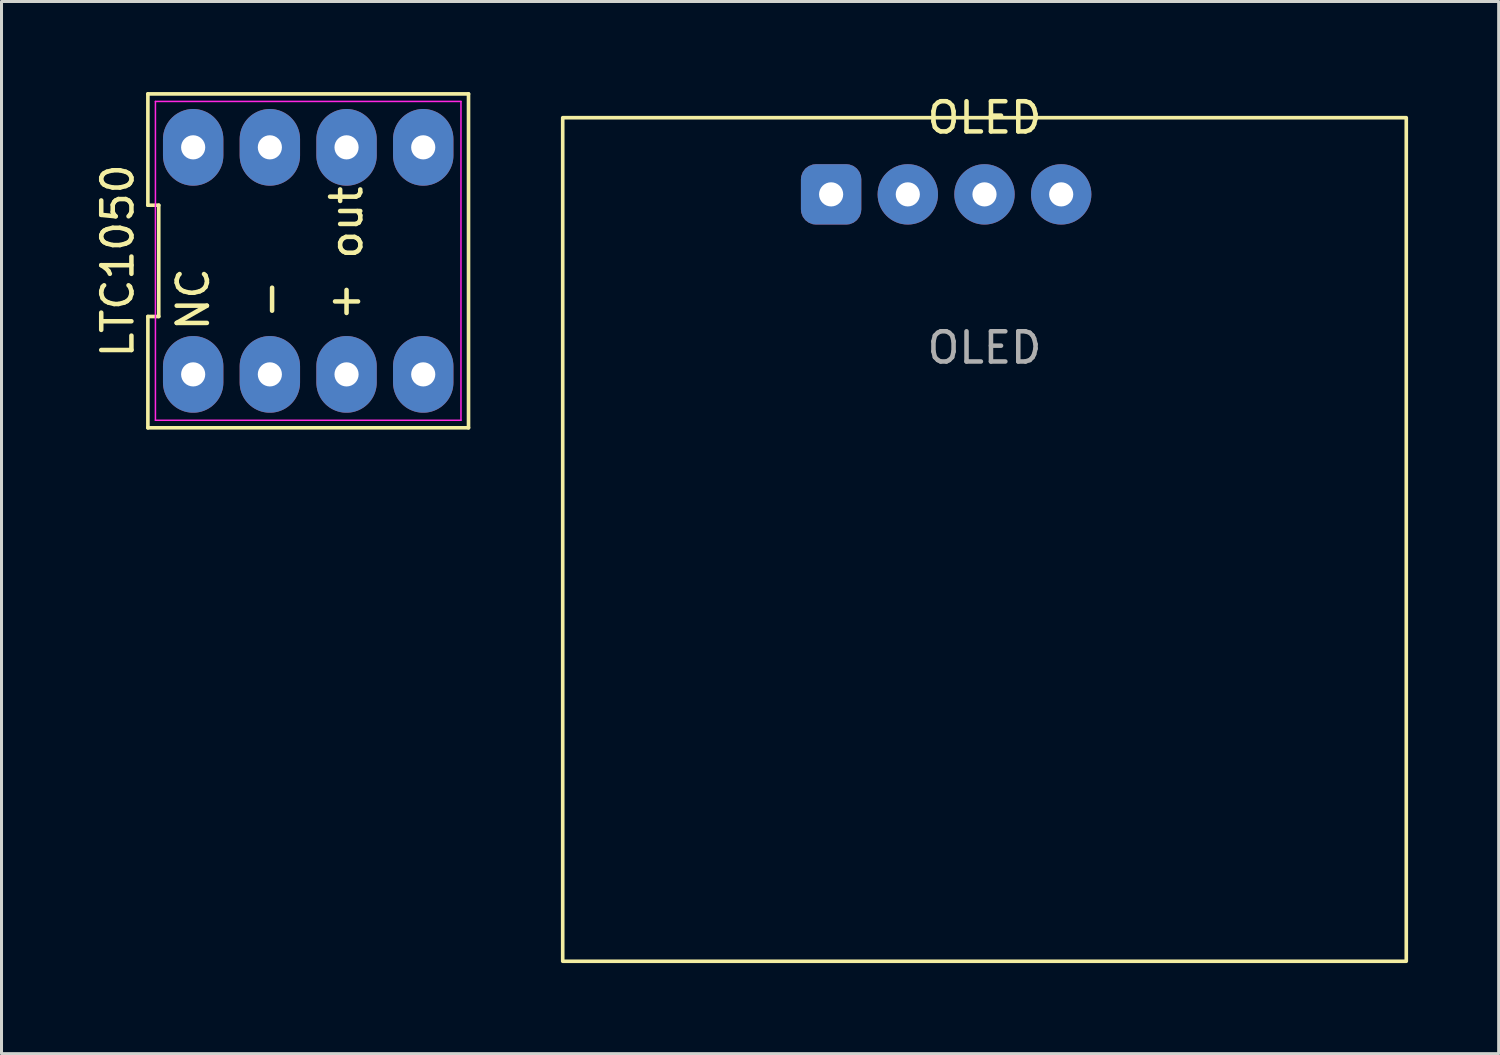
<source format=kicad_pcb>
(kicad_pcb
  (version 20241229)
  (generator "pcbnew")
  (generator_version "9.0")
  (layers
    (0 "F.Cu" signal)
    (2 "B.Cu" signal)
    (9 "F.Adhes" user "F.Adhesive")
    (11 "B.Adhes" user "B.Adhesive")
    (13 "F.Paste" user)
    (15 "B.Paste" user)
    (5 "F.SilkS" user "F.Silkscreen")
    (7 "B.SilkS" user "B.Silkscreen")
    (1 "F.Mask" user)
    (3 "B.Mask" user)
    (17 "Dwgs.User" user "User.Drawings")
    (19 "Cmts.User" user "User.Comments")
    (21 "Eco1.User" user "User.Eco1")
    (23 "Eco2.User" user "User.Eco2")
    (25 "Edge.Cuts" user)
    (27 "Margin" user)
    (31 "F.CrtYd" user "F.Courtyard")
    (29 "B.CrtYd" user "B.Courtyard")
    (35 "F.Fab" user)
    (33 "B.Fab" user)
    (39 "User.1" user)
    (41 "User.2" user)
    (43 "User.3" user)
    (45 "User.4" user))
  (footprint "OLED"
    (layer "F.Cu")
    (at 29.558 3.388)
    (property "Reference" "OLED" (at 0 -2.54 0) (unlocked yes) (layer "F.SilkS") (effects (font (size 1 1) (thickness 0.15))))
    (attr through_hole)
    (fp_rect (start -13.97 -2.54) (end 13.97 25.4) (stroke (width 0.12) (type solid)) (fill no) (layer "F.SilkS"))
    (fp_text user "${REFERENCE}" (at 0 5.08 0) (unlocked yes) (layer "F.Fab") (effects (font (size 1 1) (thickness 0.15))))
    (pad "1" thru_hole roundrect (at -5.08 0) (size 2 2) (drill 0.8) (layers "*.Cu" "*.Mask") (roundrect_rratio 0.25))
    (pad "2" thru_hole circle (at -2.54 0) (size 2 2) (drill 0.8) (layers "*.Cu" "*.Mask"))
    (pad "3" thru_hole circle (at 0 0) (size 2 2) (drill 0.8) (layers "*.Cu" "*.Mask"))
    (pad "4" thru_hole circle (at 2.54 0) (size 2 2) (drill 0.8) (layers "*.Cu" "*.Mask")))
  (footprint "LTC1050"
    (layer "F.Cu")
    (at 7.158 5.59)
    (property "Reference" "LTC1050" (at -6.31 0 90) (layer "F.SilkS") (effects (font (size 1 1) (thickness 0.15))))
    (fp_line (start -5.31 -5.53) (end -5.31 -1.843) (stroke (width 0.12) (type solid)) (layer "F.SilkS"))
    (fp_line (start -5.31 -1.843) (end -4.95 -1.843) (stroke (width 0.12) (type solid)) (layer "F.SilkS"))
    (fp_line (start -5.31 1.843) (end -5.31 5.53) (stroke (width 0.12) (type solid)) (layer "F.SilkS"))
    (fp_line (start -5.31 5.53) (end 5.31 5.53) (stroke (width 0.12) (type solid)) (layer "F.SilkS"))
    (fp_line (start -4.95 -1.843) (end -4.95 1.843) (stroke (width 0.12) (type solid)) (layer "F.SilkS"))
    (fp_line (start -4.95 1.843) (end -5.31 1.843) (stroke (width 0.12) (type solid)) (layer "F.SilkS"))
    (fp_line (start 5.31 -5.53) (end -5.31 -5.53) (stroke (width 0.12) (type solid)) (layer "F.SilkS"))
    (fp_line (start 5.31 5.53) (end 5.31 -5.53) (stroke (width 0.12) (type solid)) (layer "F.SilkS"))
    (fp_line (start -5.06 -5.28) (end 5.06 -5.28) (stroke (width 0.05) (type solid)) (layer "F.CrtYd"))
    (fp_line (start -5.06 5.28) (end -5.06 -5.28) (stroke (width 0.05) (type solid)) (layer "F.CrtYd"))
    (fp_line (start 5.06 -5.28) (end 5.06 5.28) (stroke (width 0.05) (type solid)) (layer "F.CrtYd"))
    (fp_line (start 5.06 5.28) (end -5.06 5.28) (stroke (width 0.05) (type solid)) (layer "F.CrtYd"))
    (fp_text user "out" (at 1.27 -1.27 90) (unlocked yes) (layer "F.SilkS") (effects (font (size 1 1) (thickness 0.15))))
    (fp_text user "-" (at -1.27 1.27 90) (unlocked yes) (layer "F.SilkS") (effects (font (size 1 1) (thickness 0.15))))
    (fp_text user "NC" (at -3.81 1.27 90) (unlocked yes) (layer "F.SilkS") (effects (font (size 1 1) (thickness 0.15))))
    (fp_text user "+" (at 1.27 1.27 0) (unlocked yes) (layer "F.SilkS") (effects (font (size 1 1) (thickness 0.15))))
    (pad "1" thru_hole oval (at -3.81 3.76) (size 2 2.54) (drill 0.8) (layers "*.Cu" "*.Mask"))
    (pad "2" thru_hole oval (at -1.27 3.76) (size 2 2.54) (drill 0.8) (layers "*.Cu" "*.Mask"))
    (pad "3" thru_hole oval (at 1.27 3.76) (size 2 2.54) (drill 0.8) (layers "*.Cu" "*.Mask"))
    (pad "4" thru_hole oval (at 3.81 3.76) (size 2 2.54) (drill 0.8) (layers "*.Cu" "*.Mask"))
    (pad "5" thru_hole oval (at 3.81 -3.76) (size 2 2.54) (drill 0.8) (layers "*.Cu" "*.Mask"))
    (pad "6" thru_hole oval (at 1.27 -3.76) (size 2 2.54) (drill 0.8) (layers "*.Cu" "*.Mask"))
    (pad "7" thru_hole oval (at -1.27 -3.76) (size 2 2.54) (drill 0.8) (layers "*.Cu" "*.Mask"))
    (pad "8" thru_hole oval (at -3.81 -3.76) (size 2 2.54) (drill 0.8) (layers "*.Cu" "*.Mask")))
  (gr_rect
    (start -3 -3)
    (end 46.588 31.848)
    (stroke (width 0.1) (type default))
    (fill no)
    (layer "Edge.Cuts")))
</source>
